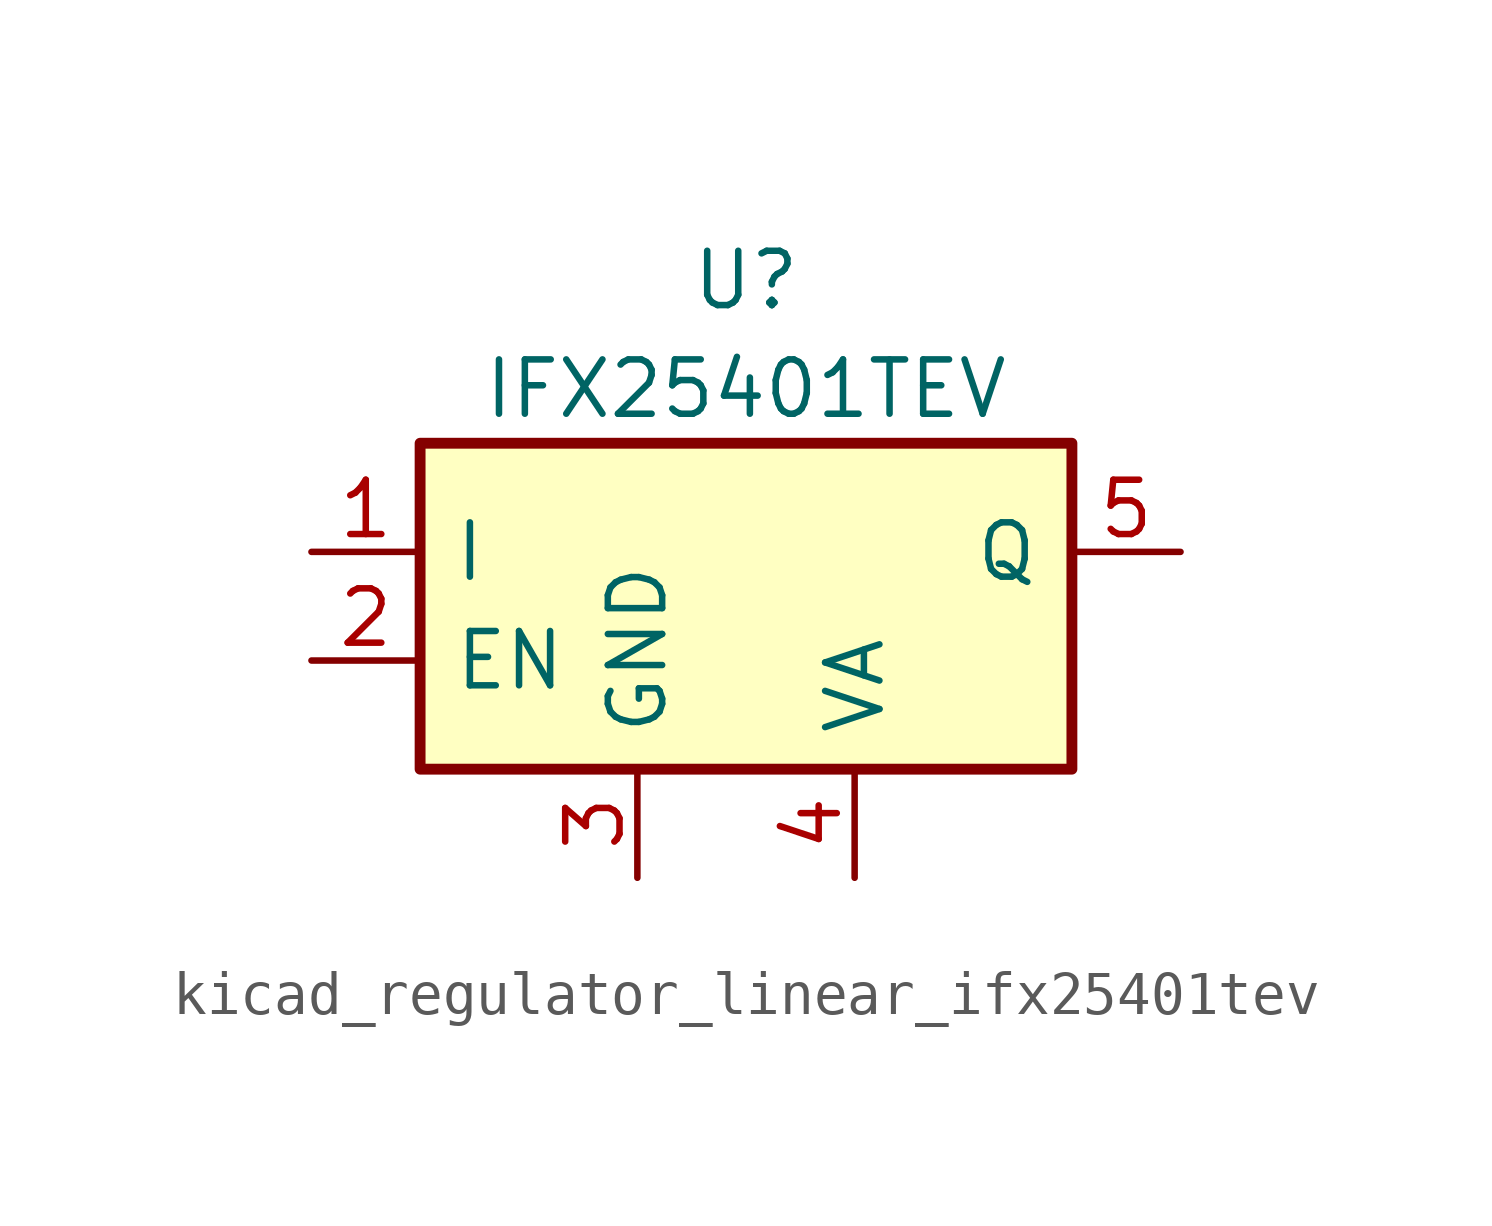
<source format=kicad_sym>
(kicad_symbol_lib
  (version 20220914)
  (generator kicad_symbol_editor)
  (symbol "kicad_regulator_linear_ifx25401tev"
    (pin_names
      (offset 0.762))
    (property "Reference" "U"
      (at 0 6.35 0)
      (effects (font (size 1.27 1.27))))
    (property "Value" "IFX25401TEV"
      (at 0 3.81 0)
      (effects (font (size 1.27 1.27))))
    (symbol "kicad_regulator_linear_ifx25401tev_0_1"
      (rectangle (start -7.62 2.54) (end 7.62 -5.08) (stroke (width 0.254) (type default)) (fill (type background))))
    (symbol "kicad_regulator_linear_ifx25401tev_1_1"
      (pin power_in line (at -10.16 0 0) (length 2.54) (name "I" (effects (font (size 1.27 1.27)))) (number "1" (effects (font (size 1.27 1.27)))))
      (pin input line (at -10.16 -2.54 0) (length 2.54) (name "EN" (effects (font (size 1.27 1.27)))) (number "2" (effects (font (size 1.27 1.27)))))
      (pin power_in line (at -2.54 -7.62 90) (length 2.54) (name "GND" (effects (font (size 1.27 1.27)))) (number "3" (effects (font (size 1.27 1.27)))))
      (pin input line (at 2.54 -7.62 90) (length 2.54) (name "VA" (effects (font (size 1.27 1.27)))) (number "4" (effects (font (size 1.27 1.27)))))
      (pin power_out line (at 10.16 0 180) (length 2.54) (name "Q" (effects (font (size 1.27 1.27)))) (number "5" (effects (font (size 1.27 1.27))))))))
</source>
